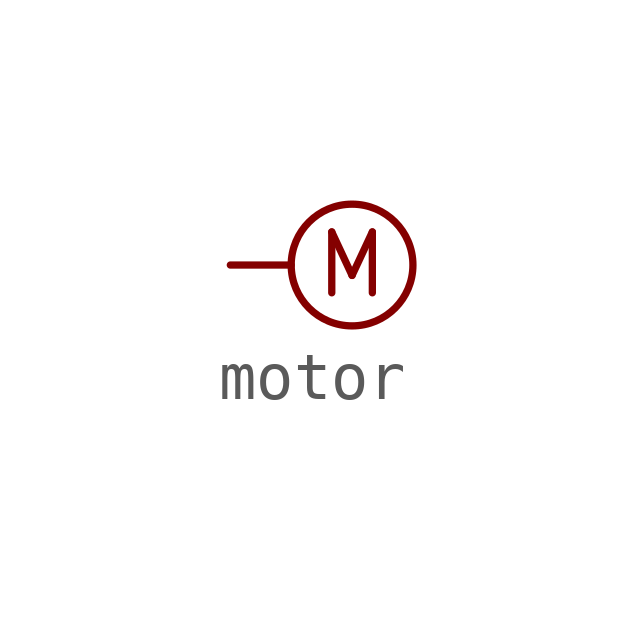
<source format=kicad_sym>
(kicad_symbol_lib
  (version 20211014)
  (generator kicad_symbol_editor)
  (symbol "motor"
    (pin_numbers hide)
    (pin_names
      (offset 0) hide)
    (property "Reference" "U"
      (at -2.54 1.27 0)
      (effects (font (size 1.27 1.27)) hide))
    (symbol "motor_0_0"
      (circle (center 2.54 0) (radius 1.27) (stroke (width 0) (type default) (color 0 0 0 0)) (fill (type none)))
      (text "M" (at 2.54 0 0) (effects (font (size 1.27 1.27)))))
    (symbol "motor_1_1"
      (pin passive line (at 0 0 0) (length 1.27) (name "2" (effects (font (size 1.27 1.27)))) (number "2" (effects (font (size 1.27 1.27))))))))
</source>
